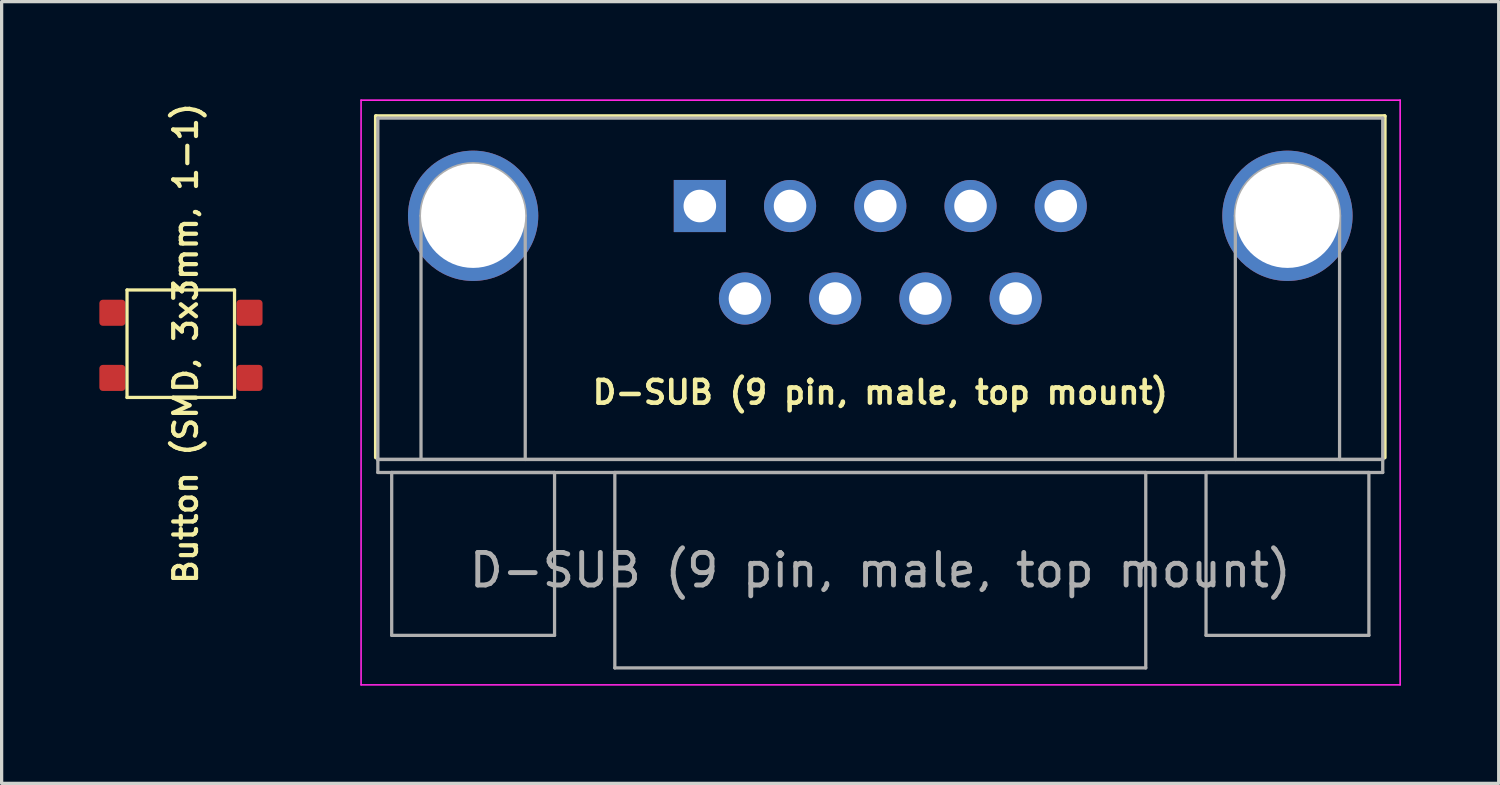
<source format=kicad_pcb>
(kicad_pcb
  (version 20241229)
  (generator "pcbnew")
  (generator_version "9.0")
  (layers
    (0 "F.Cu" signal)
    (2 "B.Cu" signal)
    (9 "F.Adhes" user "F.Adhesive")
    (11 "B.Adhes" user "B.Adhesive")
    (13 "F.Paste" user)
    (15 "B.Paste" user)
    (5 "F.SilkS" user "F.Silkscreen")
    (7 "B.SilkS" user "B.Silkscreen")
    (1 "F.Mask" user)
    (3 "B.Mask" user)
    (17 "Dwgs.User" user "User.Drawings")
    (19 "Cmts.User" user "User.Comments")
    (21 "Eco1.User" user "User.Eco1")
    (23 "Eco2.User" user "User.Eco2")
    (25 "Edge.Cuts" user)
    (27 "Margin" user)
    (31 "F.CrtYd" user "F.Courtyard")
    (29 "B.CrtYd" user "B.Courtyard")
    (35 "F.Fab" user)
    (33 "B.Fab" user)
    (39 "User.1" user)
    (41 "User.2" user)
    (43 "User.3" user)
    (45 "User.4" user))
  (footprint "D-SUB (9 pin, male, top mount)"
    (layer "F.Cu")
    (at 18.435 3.275)
    (property "Reference" "D-SUB (9 pin, male, top mount)" (at 5.54 5.72 0) (layer "F.SilkS") (effects (font (size 0.7 0.7) (thickness 0.14) (bold yes))))
    (attr through_hole)
    (fp_line (start -9.945 -2.76) (end 21.025 -2.76) (stroke (width 0.12) (type solid)) (layer "F.SilkS"))
    (fp_line (start -9.945 7.72) (end -9.945 -2.76) (stroke (width 0.12) (type solid)) (layer "F.SilkS"))
    (fp_line (start 21.025 -2.76) (end 21.025 7.72) (stroke (width 0.12) (type solid)) (layer "F.SilkS"))
    (fp_line (start -10.4 -3.25) (end -10.4 14.7) (stroke (width 0.05) (type solid)) (layer "F.CrtYd"))
    (fp_line (start -10.4 14.7) (end 21.5 14.7) (stroke (width 0.05) (type solid)) (layer "F.CrtYd"))
    (fp_line (start 21.5 -3.25) (end -10.4 -3.25) (stroke (width 0.05) (type solid)) (layer "F.CrtYd"))
    (fp_line (start 21.5 14.7) (end 21.5 -3.25) (stroke (width 0.05) (type solid)) (layer "F.CrtYd"))
    (fp_line (start -9.885 -2.7) (end -9.885 7.78) (stroke (width 0.1) (type solid)) (layer "F.Fab"))
    (fp_line (start -9.885 7.78) (end -9.885 8.18) (stroke (width 0.1) (type solid)) (layer "F.Fab"))
    (fp_line (start -9.885 7.78) (end 20.965 7.78) (stroke (width 0.1) (type solid)) (layer "F.Fab"))
    (fp_line (start -9.885 8.18) (end 20.965 8.18) (stroke (width 0.1) (type solid)) (layer "F.Fab"))
    (fp_line (start -9.46 8.18) (end -9.46 13.18) (stroke (width 0.1) (type solid)) (layer "F.Fab"))
    (fp_line (start -9.46 13.18) (end -4.46 13.18) (stroke (width 0.1) (type solid)) (layer "F.Fab"))
    (fp_line (start -8.56 7.78) (end -8.56 0.3) (stroke (width 0.1) (type solid)) (layer "F.Fab"))
    (fp_line (start -5.36 7.78) (end -5.36 0.3) (stroke (width 0.1) (type solid)) (layer "F.Fab"))
    (fp_line (start -4.46 8.18) (end -9.46 8.18) (stroke (width 0.1) (type solid)) (layer "F.Fab"))
    (fp_line (start -4.46 13.18) (end -4.46 8.18) (stroke (width 0.1) (type solid)) (layer "F.Fab"))
    (fp_line (start -2.61 8.18) (end -2.61 14.18) (stroke (width 0.1) (type solid)) (layer "F.Fab"))
    (fp_line (start -2.61 14.18) (end 13.69 14.18) (stroke (width 0.1) (type solid)) (layer "F.Fab"))
    (fp_line (start 13.69 8.18) (end -2.61 8.18) (stroke (width 0.1) (type solid)) (layer "F.Fab"))
    (fp_line (start 13.69 14.18) (end 13.69 8.18) (stroke (width 0.1) (type solid)) (layer "F.Fab"))
    (fp_line (start 15.54 8.18) (end 15.54 13.18) (stroke (width 0.1) (type solid)) (layer "F.Fab"))
    (fp_line (start 15.54 13.18) (end 20.54 13.18) (stroke (width 0.1) (type solid)) (layer "F.Fab"))
    (fp_line (start 16.44 7.78) (end 16.44 0.3) (stroke (width 0.1) (type solid)) (layer "F.Fab"))
    (fp_line (start 19.64 7.78) (end 19.64 0.3) (stroke (width 0.1) (type solid)) (layer "F.Fab"))
    (fp_line (start 20.54 8.18) (end 15.54 8.18) (stroke (width 0.1) (type solid)) (layer "F.Fab"))
    (fp_line (start 20.54 13.18) (end 20.54 8.18) (stroke (width 0.1) (type solid)) (layer "F.Fab"))
    (fp_line (start 20.965 -2.7) (end -9.885 -2.7) (stroke (width 0.1) (type solid)) (layer "F.Fab"))
    (fp_line (start 20.965 7.78) (end -9.885 7.78) (stroke (width 0.1) (type solid)) (layer "F.Fab"))
    (fp_line (start 20.965 7.78) (end 20.965 -2.7) (stroke (width 0.1) (type solid)) (layer "F.Fab"))
    (fp_line (start 20.965 8.18) (end 20.965 7.78) (stroke (width 0.1) (type solid)) (layer "F.Fab"))
    (fp_arc (start -8.56 0.3) (mid -6.96 -1.3) (end -5.36 0.3) (stroke (width 0.1) (type solid)) (layer "F.Fab"))
    (fp_arc (start 16.44 0.3) (mid 18.04 -1.3) (end 19.64 0.3) (stroke (width 0.1) (type solid)) (layer "F.Fab"))
    (fp_text user "${REFERENCE}" (at 5.54 11.18 0) (layer "F.Fab") (effects (font (size 1 1) (thickness 0.15))))
    (pad "1" thru_hole rect (at 0 0) (size 1.6 1.6) (drill 1) (layers "*.Cu" "*.Mask"))
    (pad "2" thru_hole circle (at 2.77 0) (size 1.6 1.6) (drill 1) (layers "*.Cu" "*.Mask"))
    (pad "3" thru_hole circle (at 5.54 0) (size 1.6 1.6) (drill 1) (layers "*.Cu" "*.Mask"))
    (pad "4" thru_hole circle (at 8.31 0) (size 1.6 1.6) (drill 1) (layers "*.Cu" "*.Mask"))
    (pad "5" thru_hole circle (at 11.08 0) (size 1.6 1.6) (drill 1) (layers "*.Cu" "*.Mask"))
    (pad "6" thru_hole circle (at 1.385 2.84) (size 1.6 1.6) (drill 1) (layers "*.Cu" "*.Mask"))
    (pad "7" thru_hole circle (at 4.155 2.84) (size 1.6 1.6) (drill 1) (layers "*.Cu" "*.Mask"))
    (pad "8" thru_hole circle (at -6.96 0.3) (size 4 4) (drill 3.2) (layers "*.Cu" "*.Mask"))
    (pad "8" thru_hole circle (at 6.925 2.84) (size 1.6 1.6) (drill 1) (layers "*.Cu" "*.Mask"))
    (pad "8" thru_hole circle (at 18.04 0.3) (size 4 4) (drill 3.2) (layers "*.Cu" "*.Mask"))
    (pad "9" thru_hole circle (at 9.695 2.84) (size 1.6 1.6) (drill 1) (layers "*.Cu" "*.Mask")))
  (footprint "Button (SMD, 3x3mm, 1-1)"
    (layer "F.Cu")
    (at 0.85 5.852)
    (property "Reference" "Button (SMD, 3x3mm, 1-1)" (at 1.8 1.64 270) (layer "F.SilkS") (effects (font (size 0.7 0.7) (thickness 0.13) (bold yes))))
    (attr smd)
    (fp_line (start 0 0) (end 0 3.3) (stroke (width 0.1) (type default)) (layer "F.SilkS"))
    (fp_line (start 0 0) (end 3.3 0) (stroke (width 0.1) (type default)) (layer "F.SilkS"))
    (fp_line (start 3.3 3.3) (end 0 3.3) (stroke (width 0.1) (type default)) (layer "F.SilkS"))
    (fp_line (start 3.3 3.3) (end 3.3 0) (stroke (width 0.1) (type default)) (layer "F.SilkS"))
    (pad "1" smd roundrect (at -0.45 0.7) (size 0.8 0.8) (layers "F.Cu" "F.Mask" "F.Paste") (roundrect_rratio 0.131))
    (pad "1" smd roundrect (at 3.76 0.7) (size 0.8 0.8) (layers "F.Cu" "F.Mask" "F.Paste") (roundrect_rratio 0.131))
    (pad "2" smd roundrect (at -0.45 2.7) (size 0.8 0.8) (layers "F.Cu" "F.Mask" "F.Paste") (roundrect_rratio 0.131))
    (pad "2" smd roundrect (at 3.76 2.7) (size 0.8 0.8) (layers "F.Cu" "F.Mask" "F.Paste") (roundrect_rratio 0.131)))
  (gr_rect
    (start -3 -3)
    (end 42.96 21)
    (stroke (width 0.1) (type default))
    (fill no)
    (layer "Edge.Cuts")))
</source>
